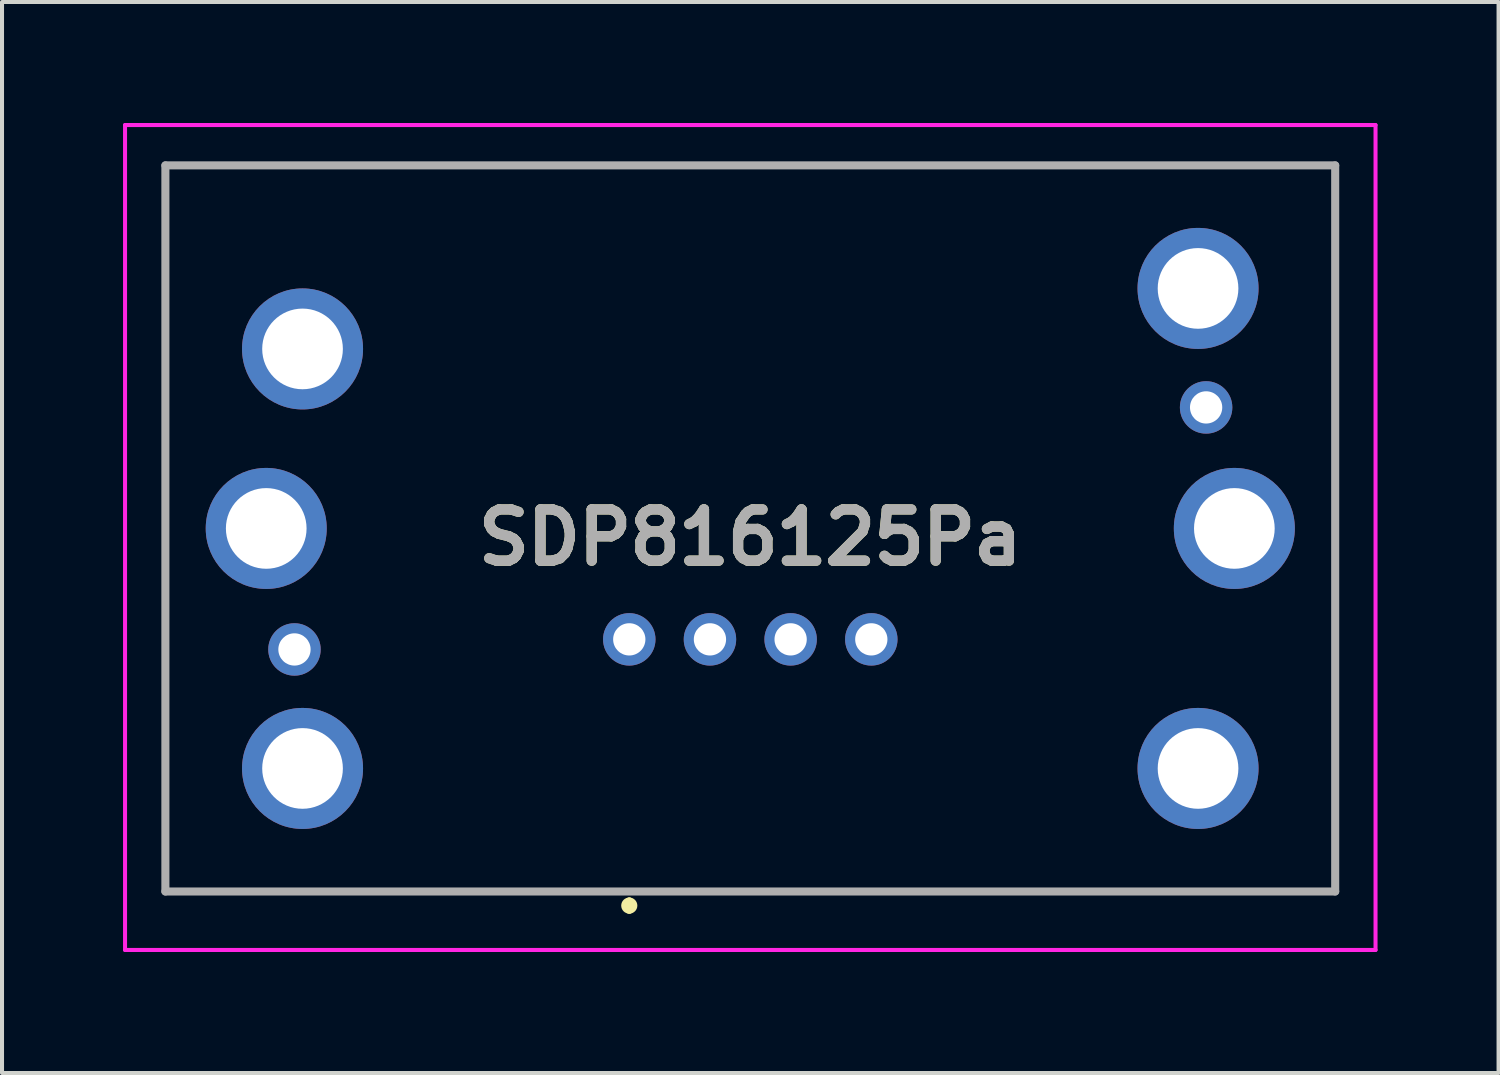
<source format=kicad_pcb>
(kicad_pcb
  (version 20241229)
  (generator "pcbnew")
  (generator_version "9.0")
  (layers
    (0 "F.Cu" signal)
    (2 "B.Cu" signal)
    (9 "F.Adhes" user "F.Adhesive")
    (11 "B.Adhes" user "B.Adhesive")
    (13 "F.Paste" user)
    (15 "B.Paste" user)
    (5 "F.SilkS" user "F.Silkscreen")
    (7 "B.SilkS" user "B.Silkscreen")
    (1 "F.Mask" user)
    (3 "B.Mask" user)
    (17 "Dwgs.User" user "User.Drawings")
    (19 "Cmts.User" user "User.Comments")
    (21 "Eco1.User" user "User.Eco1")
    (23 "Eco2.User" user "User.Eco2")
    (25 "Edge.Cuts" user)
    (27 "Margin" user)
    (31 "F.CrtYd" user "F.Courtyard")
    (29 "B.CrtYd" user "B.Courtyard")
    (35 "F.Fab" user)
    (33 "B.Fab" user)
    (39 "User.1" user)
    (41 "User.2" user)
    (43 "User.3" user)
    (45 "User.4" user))
  (footprint "SDP816125Pa"
    (layer "F.Cu")
    (at 12.55 12.8)
    (property "Reference" "SDP816125Pa" (at 3 -2.525 0) (layer "F.SilkS") (effects (font (size 1.27 1.27) (thickness 0.254))))
    (attr through_hole)
    (fp_line (start -11.5 -11.75) (end 17.5 -11.75) (stroke (width 0.1) (type solid)) (layer "F.SilkS"))
    (fp_line (start -11.5 6.25) (end -11.5 -11.75) (stroke (width 0.1) (type solid)) (layer "F.SilkS"))
    (fp_line (start 0 6.5) (end 0 6.5) (stroke (width 0.2) (type solid)) (layer "F.SilkS"))
    (fp_line (start 0 6.7) (end 0 6.7) (stroke (width 0.2) (type solid)) (layer "F.SilkS"))
    (fp_line (start 17.5 -11.75) (end 17.5 6.25) (stroke (width 0.1) (type solid)) (layer "F.SilkS"))
    (fp_line (start 17.5 6.25) (end -11.5 6.25) (stroke (width 0.1) (type solid)) (layer "F.SilkS"))
    (fp_arc (start 0 6.5) (mid 0.1 6.6) (end 0 6.7) (stroke (width 0.2) (type solid)) (layer "F.SilkS"))
    (fp_arc (start 0 6.7) (mid -0.1 6.6) (end 0 6.5) (stroke (width 0.2) (type solid)) (layer "F.SilkS"))
    (fp_line (start -12.5 -12.75) (end 18.5 -12.75) (stroke (width 0.1) (type solid)) (layer "F.CrtYd"))
    (fp_line (start -12.5 7.7) (end -12.5 -12.75) (stroke (width 0.1) (type solid)) (layer "F.CrtYd"))
    (fp_line (start 18.5 -12.75) (end 18.5 7.7) (stroke (width 0.1) (type solid)) (layer "F.CrtYd"))
    (fp_line (start 18.5 7.7) (end -12.5 7.7) (stroke (width 0.1) (type solid)) (layer "F.CrtYd"))
    (fp_line (start -11.5 -11.75) (end 17.5 -11.75) (stroke (width 0.2) (type solid)) (layer "F.Fab"))
    (fp_line (start -11.5 6.25) (end -11.5 -11.75) (stroke (width 0.2) (type solid)) (layer "F.Fab"))
    (fp_line (start 17.5 -11.75) (end 17.5 6.25) (stroke (width 0.2) (type solid)) (layer "F.Fab"))
    (fp_line (start 17.5 6.25) (end -11.5 6.25) (stroke (width 0.2) (type solid)) (layer "F.Fab"))
    (fp_text user "${REFERENCE}" (at 3 -2.525 0) (layer "F.Fab") (effects (font (size 1.27 1.27) (thickness 0.254))))
    (pad "1" thru_hole circle (at 0 0) (size 1.3 1.3) (drill 0.8) (layers "*.Cu" "*.Mask"))
    (pad "2" thru_hole circle (at 2 0) (size 1.3 1.3) (drill 0.8) (layers "*.Cu" "*.Mask"))
    (pad "3" thru_hole circle (at 4 0) (size 1.3 1.3) (drill 0.8) (layers "*.Cu" "*.Mask"))
    (pad "4" thru_hole circle (at 6 0) (size 1.3 1.3) (drill 0.8) (layers "*.Cu" "*.Mask"))
    (pad "MH1" thru_hole circle (at -8.3 0.25) (size 1.3 1.3) (drill 0.8) (layers "*.Cu" "*.Mask"))
    (pad "MH2" thru_hole circle (at 14.3 -5.75) (size 1.3 1.3) (drill 0.8) (layers "*.Cu" "*.Mask"))
    (pad "MH3" thru_hole circle (at -8.1 3.2) (size 3 3) (drill 2) (layers "*.Cu" "*.Mask"))
    (pad "MH4" thru_hole circle (at 14.1 3.2) (size 3 3) (drill 2) (layers "*.Cu" "*.Mask"))
    (pad "MH5" thru_hole circle (at -8.1 -7.2) (size 3 3) (drill 2) (layers "*.Cu" "*.Mask"))
    (pad "MH6" thru_hole circle (at 14.1 -8.7) (size 3 3) (drill 2) (layers "*.Cu" "*.Mask"))
    (pad "MH7" thru_hole circle (at -9 -2.75) (size 3 3) (drill 2) (layers "*.Cu" "*.Mask"))
    (pad "MH8" thru_hole circle (at 15 -2.75) (size 3 3) (drill 2) (layers "*.Cu" "*.Mask")))
  (gr_rect
    (start -3 -3)
    (end 34.1 23.55)
    (stroke (width 0.1) (type default))
    (fill no)
    (layer "Edge.Cuts")))
</source>
